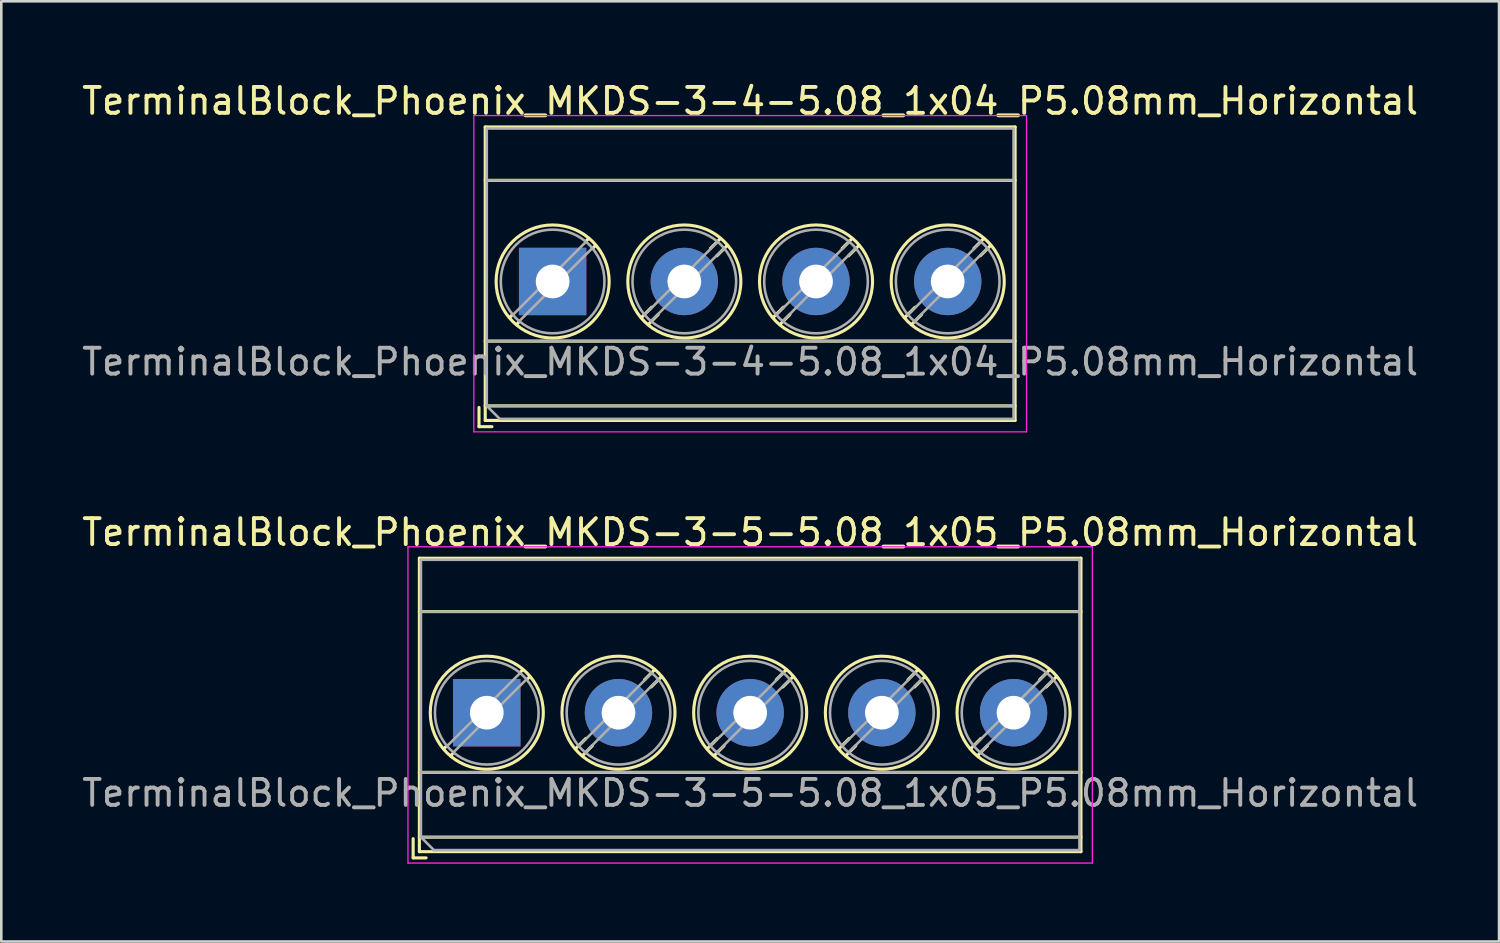
<source format=kicad_pcb>
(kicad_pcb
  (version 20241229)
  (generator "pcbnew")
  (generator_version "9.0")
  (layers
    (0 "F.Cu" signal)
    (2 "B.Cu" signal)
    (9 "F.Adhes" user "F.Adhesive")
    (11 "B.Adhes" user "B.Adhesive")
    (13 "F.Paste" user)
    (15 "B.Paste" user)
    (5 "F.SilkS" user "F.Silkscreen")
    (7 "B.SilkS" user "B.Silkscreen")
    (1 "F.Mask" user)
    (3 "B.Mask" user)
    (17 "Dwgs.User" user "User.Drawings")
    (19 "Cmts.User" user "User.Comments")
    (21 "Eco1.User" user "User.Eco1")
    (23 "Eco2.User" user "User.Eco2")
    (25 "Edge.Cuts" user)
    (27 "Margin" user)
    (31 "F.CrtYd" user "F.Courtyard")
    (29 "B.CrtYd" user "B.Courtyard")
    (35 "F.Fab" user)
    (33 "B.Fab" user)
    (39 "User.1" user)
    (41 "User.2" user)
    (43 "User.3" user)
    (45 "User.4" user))
  (footprint "TerminalBlock_Phoenix_MKDS-3-4-5.08_1x04_P5.08mm_Horizontal"
    (layer "F.Cu")
    (at 18.267 7.808)
    (property "Reference" "TerminalBlock_Phoenix_MKDS-3-4-5.08_1x04_P5.08mm_Horizontal" (at 7.62 -6.96 0) (layer "F.SilkS") (effects (font (size 1 1) (thickness 0.15))))
    (attr through_hole)
    (fp_line (start -2.84 4.86) (end -2.84 5.6) (stroke (width 0.12) (type solid)) (layer "F.SilkS"))
    (fp_line (start -2.84 5.6) (end -2.34 5.6) (stroke (width 0.12) (type solid)) (layer "F.SilkS"))
    (fp_line (start -2.6 -5.96) (end -2.6 5.36) (stroke (width 0.12) (type solid)) (layer "F.SilkS"))
    (fp_line (start -2.6 -5.96) (end 17.84 -5.96) (stroke (width 0.12) (type solid)) (layer "F.SilkS"))
    (fp_line (start -2.6 -3.9) (end 17.84 -3.9) (stroke (width 0.12) (type solid)) (layer "F.SilkS"))
    (fp_line (start -2.6 2.3) (end 17.84 2.3) (stroke (width 0.12) (type solid)) (layer "F.SilkS"))
    (fp_line (start -2.6 4.8) (end 17.84 4.8) (stroke (width 0.12) (type solid)) (layer "F.SilkS"))
    (fp_line (start -2.6 5.36) (end 17.84 5.36) (stroke (width 0.12) (type solid)) (layer "F.SilkS"))
    (fp_line (start -1.548 1.281) (end -1.654 1.388) (stroke (width 0.12) (type solid)) (layer "F.SilkS"))
    (fp_line (start -1.282 1.547) (end -1.388 1.654) (stroke (width 0.12) (type solid)) (layer "F.SilkS"))
    (fp_line (start 1.388 -1.654) (end 1.281 -1.547) (stroke (width 0.12) (type solid)) (layer "F.SilkS"))
    (fp_line (start 1.654 -1.388) (end 1.547 -1.281) (stroke (width 0.12) (type solid)) (layer "F.SilkS"))
    (fp_line (start 3.822 0.992) (end 3.427 1.388) (stroke (width 0.12) (type solid)) (layer "F.SilkS"))
    (fp_line (start 4.073 1.274) (end 3.693 1.654) (stroke (width 0.12) (type solid)) (layer "F.SilkS"))
    (fp_line (start 6.468 -1.654) (end 6.088 -1.274) (stroke (width 0.12) (type solid)) (layer "F.SilkS"))
    (fp_line (start 6.734 -1.388) (end 6.339 -0.992) (stroke (width 0.12) (type solid)) (layer "F.SilkS"))
    (fp_line (start 8.902 0.992) (end 8.507 1.388) (stroke (width 0.12) (type solid)) (layer "F.SilkS"))
    (fp_line (start 9.153 1.274) (end 8.773 1.654) (stroke (width 0.12) (type solid)) (layer "F.SilkS"))
    (fp_line (start 11.548 -1.654) (end 11.168 -1.274) (stroke (width 0.12) (type solid)) (layer "F.SilkS"))
    (fp_line (start 11.814 -1.388) (end 11.419 -0.992) (stroke (width 0.12) (type solid)) (layer "F.SilkS"))
    (fp_line (start 13.982 0.992) (end 13.587 1.388) (stroke (width 0.12) (type solid)) (layer "F.SilkS"))
    (fp_line (start 14.233 1.274) (end 13.853 1.654) (stroke (width 0.12) (type solid)) (layer "F.SilkS"))
    (fp_line (start 16.628 -1.654) (end 16.248 -1.274) (stroke (width 0.12) (type solid)) (layer "F.SilkS"))
    (fp_line (start 16.894 -1.388) (end 16.499 -0.992) (stroke (width 0.12) (type solid)) (layer "F.SilkS"))
    (fp_line (start 17.84 -5.96) (end 17.84 5.36) (stroke (width 0.12) (type solid)) (layer "F.SilkS"))
    (fp_circle (center 0 0) (end 2.18 0) (stroke (width 0.12) (type solid)) (fill no) (layer "F.SilkS"))
    (fp_circle (center 5.08 0) (end 7.26 0) (stroke (width 0.12) (type solid)) (fill no) (layer "F.SilkS"))
    (fp_circle (center 10.16 0) (end 12.34 0) (stroke (width 0.12) (type solid)) (fill no) (layer "F.SilkS"))
    (fp_circle (center 15.24 0) (end 17.42 0) (stroke (width 0.12) (type solid)) (fill no) (layer "F.SilkS"))
    (fp_line (start -3.04 -6.4) (end -3.04 5.8) (stroke (width 0.05) (type solid)) (layer "F.CrtYd"))
    (fp_line (start -3.04 5.8) (end 18.28 5.8) (stroke (width 0.05) (type solid)) (layer "F.CrtYd"))
    (fp_line (start 18.28 -6.4) (end -3.04 -6.4) (stroke (width 0.05) (type solid)) (layer "F.CrtYd"))
    (fp_line (start 18.28 5.8) (end 18.28 -6.4) (stroke (width 0.05) (type solid)) (layer "F.CrtYd"))
    (fp_line (start -2.54 -5.9) (end 17.78 -5.9) (stroke (width 0.1) (type solid)) (layer "F.Fab"))
    (fp_line (start -2.54 -3.9) (end 17.78 -3.9) (stroke (width 0.1) (type solid)) (layer "F.Fab"))
    (fp_line (start -2.54 2.3) (end 17.78 2.3) (stroke (width 0.1) (type solid)) (layer "F.Fab"))
    (fp_line (start -2.54 4.8) (end -2.54 -5.9) (stroke (width 0.1) (type solid)) (layer "F.Fab"))
    (fp_line (start -2.54 4.8) (end 17.78 4.8) (stroke (width 0.1) (type solid)) (layer "F.Fab"))
    (fp_line (start -2.04 5.3) (end -2.54 4.8) (stroke (width 0.1) (type solid)) (layer "F.Fab"))
    (fp_line (start 1.273 -1.517) (end -1.517 1.273) (stroke (width 0.1) (type solid)) (layer "F.Fab"))
    (fp_line (start 1.517 -1.273) (end -1.273 1.517) (stroke (width 0.1) (type solid)) (layer "F.Fab"))
    (fp_line (start 6.353 -1.517) (end 3.564 1.273) (stroke (width 0.1) (type solid)) (layer "F.Fab"))
    (fp_line (start 6.597 -1.273) (end 3.808 1.517) (stroke (width 0.1) (type solid)) (layer "F.Fab"))
    (fp_line (start 11.433 -1.517) (end 8.644 1.273) (stroke (width 0.1) (type solid)) (layer "F.Fab"))
    (fp_line (start 11.677 -1.273) (end 8.888 1.517) (stroke (width 0.1) (type solid)) (layer "F.Fab"))
    (fp_line (start 16.513 -1.517) (end 13.724 1.273) (stroke (width 0.1) (type solid)) (layer "F.Fab"))
    (fp_line (start 16.757 -1.273) (end 13.968 1.517) (stroke (width 0.1) (type solid)) (layer "F.Fab"))
    (fp_line (start 17.78 -5.9) (end 17.78 5.3) (stroke (width 0.1) (type solid)) (layer "F.Fab"))
    (fp_line (start 17.78 5.3) (end -2.04 5.3) (stroke (width 0.1) (type solid)) (layer "F.Fab"))
    (fp_circle (center 0 0) (end 2 0) (stroke (width 0.1) (type solid)) (fill no) (layer "F.Fab"))
    (fp_circle (center 5.08 0) (end 7.08 0) (stroke (width 0.1) (type solid)) (fill no) (layer "F.Fab"))
    (fp_circle (center 10.16 0) (end 12.16 0) (stroke (width 0.1) (type solid)) (fill no) (layer "F.Fab"))
    (fp_circle (center 15.24 0) (end 17.24 0) (stroke (width 0.1) (type solid)) (fill no) (layer "F.Fab"))
    (fp_text user "${REFERENCE}" (at 7.62 3.1 0) (layer "F.Fab") (effects (font (size 1 1) (thickness 0.15))))
    (pad "1" thru_hole rect (at 0 0) (size 2.6 2.6) (drill 1.3) (layers "*.Cu" "*.Mask"))
    (pad "2" thru_hole circle (at 5.08 0) (size 2.6 2.6) (drill 1.3) (layers "*.Cu" "*.Mask"))
    (pad "3" thru_hole circle (at 10.16 0) (size 2.6 2.6) (drill 1.3) (layers "*.Cu" "*.Mask"))
    (pad "4" thru_hole circle (at 15.24 0) (size 2.6 2.6) (drill 1.3) (layers "*.Cu" "*.Mask")))
  (footprint "TerminalBlock_Phoenix_MKDS-3-5-5.08_1x05_P5.08mm_Horizontal"
    (layer "F.Cu")
    (at 15.727 24.442)
    (property "Reference" "TerminalBlock_Phoenix_MKDS-3-5-5.08_1x05_P5.08mm_Horizontal" (at 10.16 -6.96 0) (layer "F.SilkS") (effects (font (size 1 1) (thickness 0.15))))
    (attr through_hole)
    (fp_line (start -2.84 4.86) (end -2.84 5.6) (stroke (width 0.12) (type solid)) (layer "F.SilkS"))
    (fp_line (start -2.84 5.6) (end -2.34 5.6) (stroke (width 0.12) (type solid)) (layer "F.SilkS"))
    (fp_line (start -2.6 -5.96) (end -2.6 5.36) (stroke (width 0.12) (type solid)) (layer "F.SilkS"))
    (fp_line (start -2.6 -5.96) (end 22.92 -5.96) (stroke (width 0.12) (type solid)) (layer "F.SilkS"))
    (fp_line (start -2.6 -3.9) (end 22.92 -3.9) (stroke (width 0.12) (type solid)) (layer "F.SilkS"))
    (fp_line (start -2.6 2.3) (end 22.92 2.3) (stroke (width 0.12) (type solid)) (layer "F.SilkS"))
    (fp_line (start -2.6 4.8) (end 22.92 4.8) (stroke (width 0.12) (type solid)) (layer "F.SilkS"))
    (fp_line (start -2.6 5.36) (end 22.92 5.36) (stroke (width 0.12) (type solid)) (layer "F.SilkS"))
    (fp_line (start -1.548 1.281) (end -1.654 1.388) (stroke (width 0.12) (type solid)) (layer "F.SilkS"))
    (fp_line (start -1.282 1.547) (end -1.388 1.654) (stroke (width 0.12) (type solid)) (layer "F.SilkS"))
    (fp_line (start 1.388 -1.654) (end 1.281 -1.547) (stroke (width 0.12) (type solid)) (layer "F.SilkS"))
    (fp_line (start 1.654 -1.388) (end 1.547 -1.281) (stroke (width 0.12) (type solid)) (layer "F.SilkS"))
    (fp_line (start 3.822 0.992) (end 3.427 1.388) (stroke (width 0.12) (type solid)) (layer "F.SilkS"))
    (fp_line (start 4.073 1.274) (end 3.693 1.654) (stroke (width 0.12) (type solid)) (layer "F.SilkS"))
    (fp_line (start 6.468 -1.654) (end 6.088 -1.274) (stroke (width 0.12) (type solid)) (layer "F.SilkS"))
    (fp_line (start 6.734 -1.388) (end 6.339 -0.992) (stroke (width 0.12) (type solid)) (layer "F.SilkS"))
    (fp_line (start 8.902 0.992) (end 8.507 1.388) (stroke (width 0.12) (type solid)) (layer "F.SilkS"))
    (fp_line (start 9.153 1.274) (end 8.773 1.654) (stroke (width 0.12) (type solid)) (layer "F.SilkS"))
    (fp_line (start 11.548 -1.654) (end 11.168 -1.274) (stroke (width 0.12) (type solid)) (layer "F.SilkS"))
    (fp_line (start 11.814 -1.388) (end 11.419 -0.992) (stroke (width 0.12) (type solid)) (layer "F.SilkS"))
    (fp_line (start 13.982 0.992) (end 13.587 1.388) (stroke (width 0.12) (type solid)) (layer "F.SilkS"))
    (fp_line (start 14.233 1.274) (end 13.853 1.654) (stroke (width 0.12) (type solid)) (layer "F.SilkS"))
    (fp_line (start 16.628 -1.654) (end 16.248 -1.274) (stroke (width 0.12) (type solid)) (layer "F.SilkS"))
    (fp_line (start 16.894 -1.388) (end 16.499 -0.992) (stroke (width 0.12) (type solid)) (layer "F.SilkS"))
    (fp_line (start 19.062 0.992) (end 18.667 1.388) (stroke (width 0.12) (type solid)) (layer "F.SilkS"))
    (fp_line (start 19.313 1.274) (end 18.933 1.654) (stroke (width 0.12) (type solid)) (layer "F.SilkS"))
    (fp_line (start 21.708 -1.654) (end 21.328 -1.274) (stroke (width 0.12) (type solid)) (layer "F.SilkS"))
    (fp_line (start 21.974 -1.388) (end 21.579 -0.992) (stroke (width 0.12) (type solid)) (layer "F.SilkS"))
    (fp_line (start 22.92 -5.96) (end 22.92 5.36) (stroke (width 0.12) (type solid)) (layer "F.SilkS"))
    (fp_circle (center 0 0) (end 2.18 0) (stroke (width 0.12) (type solid)) (fill no) (layer "F.SilkS"))
    (fp_circle (center 5.08 0) (end 7.26 0) (stroke (width 0.12) (type solid)) (fill no) (layer "F.SilkS"))
    (fp_circle (center 10.16 0) (end 12.34 0) (stroke (width 0.12) (type solid)) (fill no) (layer "F.SilkS"))
    (fp_circle (center 15.24 0) (end 17.42 0) (stroke (width 0.12) (type solid)) (fill no) (layer "F.SilkS"))
    (fp_circle (center 20.32 0) (end 22.5 0) (stroke (width 0.12) (type solid)) (fill no) (layer "F.SilkS"))
    (fp_line (start -3.04 -6.4) (end -3.04 5.8) (stroke (width 0.05) (type solid)) (layer "F.CrtYd"))
    (fp_line (start -3.04 5.8) (end 23.36 5.8) (stroke (width 0.05) (type solid)) (layer "F.CrtYd"))
    (fp_line (start 23.36 -6.4) (end -3.04 -6.4) (stroke (width 0.05) (type solid)) (layer "F.CrtYd"))
    (fp_line (start 23.36 5.8) (end 23.36 -6.4) (stroke (width 0.05) (type solid)) (layer "F.CrtYd"))
    (fp_line (start -2.54 -5.9) (end 22.86 -5.9) (stroke (width 0.1) (type solid)) (layer "F.Fab"))
    (fp_line (start -2.54 -3.9) (end 22.86 -3.9) (stroke (width 0.1) (type solid)) (layer "F.Fab"))
    (fp_line (start -2.54 2.3) (end 22.86 2.3) (stroke (width 0.1) (type solid)) (layer "F.Fab"))
    (fp_line (start -2.54 4.8) (end -2.54 -5.9) (stroke (width 0.1) (type solid)) (layer "F.Fab"))
    (fp_line (start -2.54 4.8) (end 22.86 4.8) (stroke (width 0.1) (type solid)) (layer "F.Fab"))
    (fp_line (start -2.04 5.3) (end -2.54 4.8) (stroke (width 0.1) (type solid)) (layer "F.Fab"))
    (fp_line (start 1.273 -1.517) (end -1.517 1.273) (stroke (width 0.1) (type solid)) (layer "F.Fab"))
    (fp_line (start 1.517 -1.273) (end -1.273 1.517) (stroke (width 0.1) (type solid)) (layer "F.Fab"))
    (fp_line (start 6.353 -1.517) (end 3.564 1.273) (stroke (width 0.1) (type solid)) (layer "F.Fab"))
    (fp_line (start 6.597 -1.273) (end 3.808 1.517) (stroke (width 0.1) (type solid)) (layer "F.Fab"))
    (fp_line (start 11.433 -1.517) (end 8.644 1.273) (stroke (width 0.1) (type solid)) (layer "F.Fab"))
    (fp_line (start 11.677 -1.273) (end 8.888 1.517) (stroke (width 0.1) (type solid)) (layer "F.Fab"))
    (fp_line (start 16.513 -1.517) (end 13.724 1.273) (stroke (width 0.1) (type solid)) (layer "F.Fab"))
    (fp_line (start 16.757 -1.273) (end 13.968 1.517) (stroke (width 0.1) (type solid)) (layer "F.Fab"))
    (fp_line (start 21.593 -1.517) (end 18.804 1.273) (stroke (width 0.1) (type solid)) (layer "F.Fab"))
    (fp_line (start 21.837 -1.273) (end 19.048 1.517) (stroke (width 0.1) (type solid)) (layer "F.Fab"))
    (fp_line (start 22.86 -5.9) (end 22.86 5.3) (stroke (width 0.1) (type solid)) (layer "F.Fab"))
    (fp_line (start 22.86 5.3) (end -2.04 5.3) (stroke (width 0.1) (type solid)) (layer "F.Fab"))
    (fp_circle (center 0 0) (end 2 0) (stroke (width 0.1) (type solid)) (fill no) (layer "F.Fab"))
    (fp_circle (center 5.08 0) (end 7.08 0) (stroke (width 0.1) (type solid)) (fill no) (layer "F.Fab"))
    (fp_circle (center 10.16 0) (end 12.16 0) (stroke (width 0.1) (type solid)) (fill no) (layer "F.Fab"))
    (fp_circle (center 15.24 0) (end 17.24 0) (stroke (width 0.1) (type solid)) (fill no) (layer "F.Fab"))
    (fp_circle (center 20.32 0) (end 22.32 0) (stroke (width 0.1) (type solid)) (fill no) (layer "F.Fab"))
    (fp_text user "${REFERENCE}" (at 10.16 3.1 0) (layer "F.Fab") (effects (font (size 1 1) (thickness 0.15))))
    (pad "1" thru_hole rect (at 0 0) (size 2.6 2.6) (drill 1.3) (layers "*.Cu" "*.Mask"))
    (pad "2" thru_hole circle (at 5.08 0) (size 2.6 2.6) (drill 1.3) (layers "*.Cu" "*.Mask"))
    (pad "3" thru_hole circle (at 10.16 0) (size 2.6 2.6) (drill 1.3) (layers "*.Cu" "*.Mask"))
    (pad "4" thru_hole circle (at 15.24 0) (size 2.6 2.6) (drill 1.3) (layers "*.Cu" "*.Mask"))
    (pad "5" thru_hole circle (at 20.32 0) (size 2.6 2.6) (drill 1.3) (layers "*.Cu" "*.Mask")))
  (gr_rect
    (start -3 -3)
    (end 54.774 33.267)
    (stroke (width 0.1) (type default))
    (fill no)
    (layer "Edge.Cuts")))
</source>
